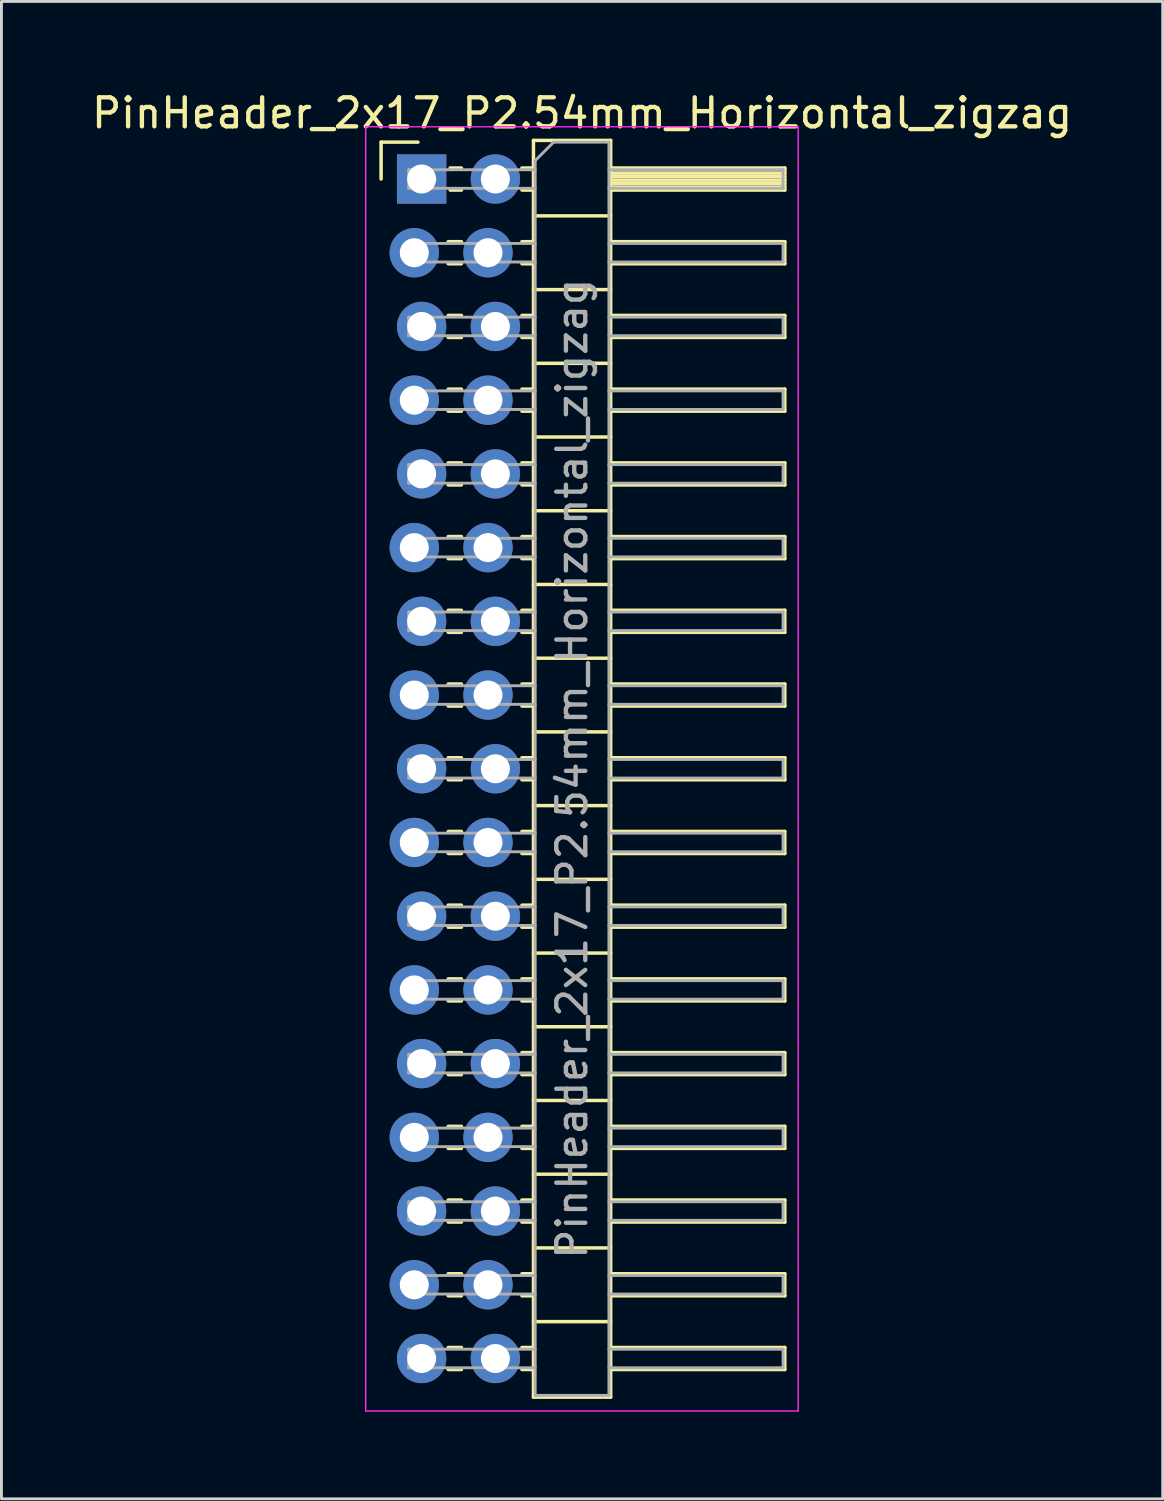
<source format=kicad_pcb>
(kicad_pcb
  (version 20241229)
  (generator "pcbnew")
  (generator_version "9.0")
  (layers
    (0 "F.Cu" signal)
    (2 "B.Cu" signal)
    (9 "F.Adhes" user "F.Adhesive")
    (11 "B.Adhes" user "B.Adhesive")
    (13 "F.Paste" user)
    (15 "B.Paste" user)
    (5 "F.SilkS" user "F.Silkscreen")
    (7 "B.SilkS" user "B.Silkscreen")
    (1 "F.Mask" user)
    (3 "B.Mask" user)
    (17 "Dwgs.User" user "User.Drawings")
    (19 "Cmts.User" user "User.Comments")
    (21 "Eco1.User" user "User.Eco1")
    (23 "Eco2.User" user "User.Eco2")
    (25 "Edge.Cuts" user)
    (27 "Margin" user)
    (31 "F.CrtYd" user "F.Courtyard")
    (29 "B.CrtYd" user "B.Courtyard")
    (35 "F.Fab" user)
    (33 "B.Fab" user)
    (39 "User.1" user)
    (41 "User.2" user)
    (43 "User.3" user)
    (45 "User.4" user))
  (footprint "PinHeader_2x17_P2.54mm_Horizontal_zigzag"
    (layer "F.Cu")
    (at 11.351 3.118)
    (property "Reference" "PinHeader_2x17_P2.54mm_Horizontal_zigzag" (at 5.655 -2.27 0) (layer "F.SilkS") (effects (font (size 1 1) (thickness 0.15))))
    (attr through_hole)
    (fp_line (start -1.27 -1.27) (end 0 -1.27) (stroke (width 0.12) (type solid)) (layer "F.SilkS"))
    (fp_line (start -1.27 0) (end -1.27 -1.27) (stroke (width 0.12) (type solid)) (layer "F.SilkS"))
    (fp_line (start 1.043 2.16) (end 1.497 2.16) (stroke (width 0.12) (type solid)) (layer "F.SilkS"))
    (fp_line (start 1.043 2.92) (end 1.497 2.92) (stroke (width 0.12) (type solid)) (layer "F.SilkS"))
    (fp_line (start 1.043 4.7) (end 1.497 4.7) (stroke (width 0.12) (type solid)) (layer "F.SilkS"))
    (fp_line (start 1.043 5.46) (end 1.497 5.46) (stroke (width 0.12) (type solid)) (layer "F.SilkS"))
    (fp_line (start 1.043 7.24) (end 1.497 7.24) (stroke (width 0.12) (type solid)) (layer "F.SilkS"))
    (fp_line (start 1.043 8) (end 1.497 8) (stroke (width 0.12) (type solid)) (layer "F.SilkS"))
    (fp_line (start 1.043 9.78) (end 1.497 9.78) (stroke (width 0.12) (type solid)) (layer "F.SilkS"))
    (fp_line (start 1.043 10.54) (end 1.497 10.54) (stroke (width 0.12) (type solid)) (layer "F.SilkS"))
    (fp_line (start 1.043 12.32) (end 1.497 12.32) (stroke (width 0.12) (type solid)) (layer "F.SilkS"))
    (fp_line (start 1.043 13.08) (end 1.497 13.08) (stroke (width 0.12) (type solid)) (layer "F.SilkS"))
    (fp_line (start 1.043 14.86) (end 1.497 14.86) (stroke (width 0.12) (type solid)) (layer "F.SilkS"))
    (fp_line (start 1.043 15.62) (end 1.497 15.62) (stroke (width 0.12) (type solid)) (layer "F.SilkS"))
    (fp_line (start 1.043 17.4) (end 1.497 17.4) (stroke (width 0.12) (type solid)) (layer "F.SilkS"))
    (fp_line (start 1.043 18.16) (end 1.497 18.16) (stroke (width 0.12) (type solid)) (layer "F.SilkS"))
    (fp_line (start 1.043 19.94) (end 1.497 19.94) (stroke (width 0.12) (type solid)) (layer "F.SilkS"))
    (fp_line (start 1.043 20.7) (end 1.497 20.7) (stroke (width 0.12) (type solid)) (layer "F.SilkS"))
    (fp_line (start 1.043 22.48) (end 1.497 22.48) (stroke (width 0.12) (type solid)) (layer "F.SilkS"))
    (fp_line (start 1.043 23.24) (end 1.497 23.24) (stroke (width 0.12) (type solid)) (layer "F.SilkS"))
    (fp_line (start 1.043 25.02) (end 1.497 25.02) (stroke (width 0.12) (type solid)) (layer "F.SilkS"))
    (fp_line (start 1.043 25.78) (end 1.497 25.78) (stroke (width 0.12) (type solid)) (layer "F.SilkS"))
    (fp_line (start 1.043 27.56) (end 1.497 27.56) (stroke (width 0.12) (type solid)) (layer "F.SilkS"))
    (fp_line (start 1.043 28.32) (end 1.497 28.32) (stroke (width 0.12) (type solid)) (layer "F.SilkS"))
    (fp_line (start 1.043 30.1) (end 1.497 30.1) (stroke (width 0.12) (type solid)) (layer "F.SilkS"))
    (fp_line (start 1.043 30.86) (end 1.497 30.86) (stroke (width 0.12) (type solid)) (layer "F.SilkS"))
    (fp_line (start 1.043 32.64) (end 1.497 32.64) (stroke (width 0.12) (type solid)) (layer "F.SilkS"))
    (fp_line (start 1.043 33.4) (end 1.497 33.4) (stroke (width 0.12) (type solid)) (layer "F.SilkS"))
    (fp_line (start 1.043 35.18) (end 1.497 35.18) (stroke (width 0.12) (type solid)) (layer "F.SilkS"))
    (fp_line (start 1.043 35.94) (end 1.497 35.94) (stroke (width 0.12) (type solid)) (layer "F.SilkS"))
    (fp_line (start 1.043 37.72) (end 1.497 37.72) (stroke (width 0.12) (type solid)) (layer "F.SilkS"))
    (fp_line (start 1.043 38.48) (end 1.497 38.48) (stroke (width 0.12) (type solid)) (layer "F.SilkS"))
    (fp_line (start 1.043 40.26) (end 1.497 40.26) (stroke (width 0.12) (type solid)) (layer "F.SilkS"))
    (fp_line (start 1.043 41.02) (end 1.497 41.02) (stroke (width 0.12) (type solid)) (layer "F.SilkS"))
    (fp_line (start 1.11 -0.38) (end 1.497 -0.38) (stroke (width 0.12) (type solid)) (layer "F.SilkS"))
    (fp_line (start 1.11 0.38) (end 1.497 0.38) (stroke (width 0.12) (type solid)) (layer "F.SilkS"))
    (fp_line (start 3.583 -0.38) (end 3.98 -0.38) (stroke (width 0.12) (type solid)) (layer "F.SilkS"))
    (fp_line (start 3.583 0.38) (end 3.98 0.38) (stroke (width 0.12) (type solid)) (layer "F.SilkS"))
    (fp_line (start 3.583 2.16) (end 3.98 2.16) (stroke (width 0.12) (type solid)) (layer "F.SilkS"))
    (fp_line (start 3.583 2.92) (end 3.98 2.92) (stroke (width 0.12) (type solid)) (layer "F.SilkS"))
    (fp_line (start 3.583 4.7) (end 3.98 4.7) (stroke (width 0.12) (type solid)) (layer "F.SilkS"))
    (fp_line (start 3.583 5.46) (end 3.98 5.46) (stroke (width 0.12) (type solid)) (layer "F.SilkS"))
    (fp_line (start 3.583 7.24) (end 3.98 7.24) (stroke (width 0.12) (type solid)) (layer "F.SilkS"))
    (fp_line (start 3.583 8) (end 3.98 8) (stroke (width 0.12) (type solid)) (layer "F.SilkS"))
    (fp_line (start 3.583 9.78) (end 3.98 9.78) (stroke (width 0.12) (type solid)) (layer "F.SilkS"))
    (fp_line (start 3.583 10.54) (end 3.98 10.54) (stroke (width 0.12) (type solid)) (layer "F.SilkS"))
    (fp_line (start 3.583 12.32) (end 3.98 12.32) (stroke (width 0.12) (type solid)) (layer "F.SilkS"))
    (fp_line (start 3.583 13.08) (end 3.98 13.08) (stroke (width 0.12) (type solid)) (layer "F.SilkS"))
    (fp_line (start 3.583 14.86) (end 3.98 14.86) (stroke (width 0.12) (type solid)) (layer "F.SilkS"))
    (fp_line (start 3.583 15.62) (end 3.98 15.62) (stroke (width 0.12) (type solid)) (layer "F.SilkS"))
    (fp_line (start 3.583 17.4) (end 3.98 17.4) (stroke (width 0.12) (type solid)) (layer "F.SilkS"))
    (fp_line (start 3.583 18.16) (end 3.98 18.16) (stroke (width 0.12) (type solid)) (layer "F.SilkS"))
    (fp_line (start 3.583 19.94) (end 3.98 19.94) (stroke (width 0.12) (type solid)) (layer "F.SilkS"))
    (fp_line (start 3.583 20.7) (end 3.98 20.7) (stroke (width 0.12) (type solid)) (layer "F.SilkS"))
    (fp_line (start 3.583 22.48) (end 3.98 22.48) (stroke (width 0.12) (type solid)) (layer "F.SilkS"))
    (fp_line (start 3.583 23.24) (end 3.98 23.24) (stroke (width 0.12) (type solid)) (layer "F.SilkS"))
    (fp_line (start 3.583 25.02) (end 3.98 25.02) (stroke (width 0.12) (type solid)) (layer "F.SilkS"))
    (fp_line (start 3.583 25.78) (end 3.98 25.78) (stroke (width 0.12) (type solid)) (layer "F.SilkS"))
    (fp_line (start 3.583 27.56) (end 3.98 27.56) (stroke (width 0.12) (type solid)) (layer "F.SilkS"))
    (fp_line (start 3.583 28.32) (end 3.98 28.32) (stroke (width 0.12) (type solid)) (layer "F.SilkS"))
    (fp_line (start 3.583 30.1) (end 3.98 30.1) (stroke (width 0.12) (type solid)) (layer "F.SilkS"))
    (fp_line (start 3.583 30.86) (end 3.98 30.86) (stroke (width 0.12) (type solid)) (layer "F.SilkS"))
    (fp_line (start 3.583 32.64) (end 3.98 32.64) (stroke (width 0.12) (type solid)) (layer "F.SilkS"))
    (fp_line (start 3.583 33.4) (end 3.98 33.4) (stroke (width 0.12) (type solid)) (layer "F.SilkS"))
    (fp_line (start 3.583 35.18) (end 3.98 35.18) (stroke (width 0.12) (type solid)) (layer "F.SilkS"))
    (fp_line (start 3.583 35.94) (end 3.98 35.94) (stroke (width 0.12) (type solid)) (layer "F.SilkS"))
    (fp_line (start 3.583 37.72) (end 3.98 37.72) (stroke (width 0.12) (type solid)) (layer "F.SilkS"))
    (fp_line (start 3.583 38.48) (end 3.98 38.48) (stroke (width 0.12) (type solid)) (layer "F.SilkS"))
    (fp_line (start 3.583 40.26) (end 3.98 40.26) (stroke (width 0.12) (type solid)) (layer "F.SilkS"))
    (fp_line (start 3.583 41.02) (end 3.98 41.02) (stroke (width 0.12) (type solid)) (layer "F.SilkS"))
    (fp_line (start 3.98 -1.33) (end 3.98 41.97) (stroke (width 0.12) (type solid)) (layer "F.SilkS"))
    (fp_line (start 3.98 1.27) (end 6.64 1.27) (stroke (width 0.12) (type solid)) (layer "F.SilkS"))
    (fp_line (start 3.98 3.81) (end 6.64 3.81) (stroke (width 0.12) (type solid)) (layer "F.SilkS"))
    (fp_line (start 3.98 6.35) (end 6.64 6.35) (stroke (width 0.12) (type solid)) (layer "F.SilkS"))
    (fp_line (start 3.98 8.89) (end 6.64 8.89) (stroke (width 0.12) (type solid)) (layer "F.SilkS"))
    (fp_line (start 3.98 11.43) (end 6.64 11.43) (stroke (width 0.12) (type solid)) (layer "F.SilkS"))
    (fp_line (start 3.98 13.97) (end 6.64 13.97) (stroke (width 0.12) (type solid)) (layer "F.SilkS"))
    (fp_line (start 3.98 16.51) (end 6.64 16.51) (stroke (width 0.12) (type solid)) (layer "F.SilkS"))
    (fp_line (start 3.98 19.05) (end 6.64 19.05) (stroke (width 0.12) (type solid)) (layer "F.SilkS"))
    (fp_line (start 3.98 21.59) (end 6.64 21.59) (stroke (width 0.12) (type solid)) (layer "F.SilkS"))
    (fp_line (start 3.98 24.13) (end 6.64 24.13) (stroke (width 0.12) (type solid)) (layer "F.SilkS"))
    (fp_line (start 3.98 26.67) (end 6.64 26.67) (stroke (width 0.12) (type solid)) (layer "F.SilkS"))
    (fp_line (start 3.98 29.21) (end 6.64 29.21) (stroke (width 0.12) (type solid)) (layer "F.SilkS"))
    (fp_line (start 3.98 31.75) (end 6.64 31.75) (stroke (width 0.12) (type solid)) (layer "F.SilkS"))
    (fp_line (start 3.98 34.29) (end 6.64 34.29) (stroke (width 0.12) (type solid)) (layer "F.SilkS"))
    (fp_line (start 3.98 36.83) (end 6.64 36.83) (stroke (width 0.12) (type solid)) (layer "F.SilkS"))
    (fp_line (start 3.98 39.37) (end 6.64 39.37) (stroke (width 0.12) (type solid)) (layer "F.SilkS"))
    (fp_line (start 3.98 41.97) (end 6.64 41.97) (stroke (width 0.12) (type solid)) (layer "F.SilkS"))
    (fp_line (start 6.64 -1.33) (end 3.98 -1.33) (stroke (width 0.12) (type solid)) (layer "F.SilkS"))
    (fp_line (start 6.64 -0.38) (end 12.64 -0.38) (stroke (width 0.12) (type solid)) (layer "F.SilkS"))
    (fp_line (start 6.64 -0.32) (end 12.64 -0.32) (stroke (width 0.12) (type solid)) (layer "F.SilkS"))
    (fp_line (start 6.64 -0.2) (end 12.64 -0.2) (stroke (width 0.12) (type solid)) (layer "F.SilkS"))
    (fp_line (start 6.64 -0.08) (end 12.64 -0.08) (stroke (width 0.12) (type solid)) (layer "F.SilkS"))
    (fp_line (start 6.64 0.04) (end 12.64 0.04) (stroke (width 0.12) (type solid)) (layer "F.SilkS"))
    (fp_line (start 6.64 0.16) (end 12.64 0.16) (stroke (width 0.12) (type solid)) (layer "F.SilkS"))
    (fp_line (start 6.64 0.28) (end 12.64 0.28) (stroke (width 0.12) (type solid)) (layer "F.SilkS"))
    (fp_line (start 6.64 2.16) (end 12.64 2.16) (stroke (width 0.12) (type solid)) (layer "F.SilkS"))
    (fp_line (start 6.64 4.7) (end 12.64 4.7) (stroke (width 0.12) (type solid)) (layer "F.SilkS"))
    (fp_line (start 6.64 7.24) (end 12.64 7.24) (stroke (width 0.12) (type solid)) (layer "F.SilkS"))
    (fp_line (start 6.64 9.78) (end 12.64 9.78) (stroke (width 0.12) (type solid)) (layer "F.SilkS"))
    (fp_line (start 6.64 12.32) (end 12.64 12.32) (stroke (width 0.12) (type solid)) (layer "F.SilkS"))
    (fp_line (start 6.64 14.86) (end 12.64 14.86) (stroke (width 0.12) (type solid)) (layer "F.SilkS"))
    (fp_line (start 6.64 17.4) (end 12.64 17.4) (stroke (width 0.12) (type solid)) (layer "F.SilkS"))
    (fp_line (start 6.64 19.94) (end 12.64 19.94) (stroke (width 0.12) (type solid)) (layer "F.SilkS"))
    (fp_line (start 6.64 22.48) (end 12.64 22.48) (stroke (width 0.12) (type solid)) (layer "F.SilkS"))
    (fp_line (start 6.64 25.02) (end 12.64 25.02) (stroke (width 0.12) (type solid)) (layer "F.SilkS"))
    (fp_line (start 6.64 27.56) (end 12.64 27.56) (stroke (width 0.12) (type solid)) (layer "F.SilkS"))
    (fp_line (start 6.64 30.1) (end 12.64 30.1) (stroke (width 0.12) (type solid)) (layer "F.SilkS"))
    (fp_line (start 6.64 32.64) (end 12.64 32.64) (stroke (width 0.12) (type solid)) (layer "F.SilkS"))
    (fp_line (start 6.64 35.18) (end 12.64 35.18) (stroke (width 0.12) (type solid)) (layer "F.SilkS"))
    (fp_line (start 6.64 37.72) (end 12.64 37.72) (stroke (width 0.12) (type solid)) (layer "F.SilkS"))
    (fp_line (start 6.64 40.26) (end 12.64 40.26) (stroke (width 0.12) (type solid)) (layer "F.SilkS"))
    (fp_line (start 6.64 41.97) (end 6.64 -1.33) (stroke (width 0.12) (type solid)) (layer "F.SilkS"))
    (fp_line (start 12.64 -0.38) (end 12.64 0.38) (stroke (width 0.12) (type solid)) (layer "F.SilkS"))
    (fp_line (start 12.64 0.38) (end 6.64 0.38) (stroke (width 0.12) (type solid)) (layer "F.SilkS"))
    (fp_line (start 12.64 2.16) (end 12.64 2.92) (stroke (width 0.12) (type solid)) (layer "F.SilkS"))
    (fp_line (start 12.64 2.92) (end 6.64 2.92) (stroke (width 0.12) (type solid)) (layer "F.SilkS"))
    (fp_line (start 12.64 4.7) (end 12.64 5.46) (stroke (width 0.12) (type solid)) (layer "F.SilkS"))
    (fp_line (start 12.64 5.46) (end 6.64 5.46) (stroke (width 0.12) (type solid)) (layer "F.SilkS"))
    (fp_line (start 12.64 7.24) (end 12.64 8) (stroke (width 0.12) (type solid)) (layer "F.SilkS"))
    (fp_line (start 12.64 8) (end 6.64 8) (stroke (width 0.12) (type solid)) (layer "F.SilkS"))
    (fp_line (start 12.64 9.78) (end 12.64 10.54) (stroke (width 0.12) (type solid)) (layer "F.SilkS"))
    (fp_line (start 12.64 10.54) (end 6.64 10.54) (stroke (width 0.12) (type solid)) (layer "F.SilkS"))
    (fp_line (start 12.64 12.32) (end 12.64 13.08) (stroke (width 0.12) (type solid)) (layer "F.SilkS"))
    (fp_line (start 12.64 13.08) (end 6.64 13.08) (stroke (width 0.12) (type solid)) (layer "F.SilkS"))
    (fp_line (start 12.64 14.86) (end 12.64 15.62) (stroke (width 0.12) (type solid)) (layer "F.SilkS"))
    (fp_line (start 12.64 15.62) (end 6.64 15.62) (stroke (width 0.12) (type solid)) (layer "F.SilkS"))
    (fp_line (start 12.64 17.4) (end 12.64 18.16) (stroke (width 0.12) (type solid)) (layer "F.SilkS"))
    (fp_line (start 12.64 18.16) (end 6.64 18.16) (stroke (width 0.12) (type solid)) (layer "F.SilkS"))
    (fp_line (start 12.64 19.94) (end 12.64 20.7) (stroke (width 0.12) (type solid)) (layer "F.SilkS"))
    (fp_line (start 12.64 20.7) (end 6.64 20.7) (stroke (width 0.12) (type solid)) (layer "F.SilkS"))
    (fp_line (start 12.64 22.48) (end 12.64 23.24) (stroke (width 0.12) (type solid)) (layer "F.SilkS"))
    (fp_line (start 12.64 23.24) (end 6.64 23.24) (stroke (width 0.12) (type solid)) (layer "F.SilkS"))
    (fp_line (start 12.64 25.02) (end 12.64 25.78) (stroke (width 0.12) (type solid)) (layer "F.SilkS"))
    (fp_line (start 12.64 25.78) (end 6.64 25.78) (stroke (width 0.12) (type solid)) (layer "F.SilkS"))
    (fp_line (start 12.64 27.56) (end 12.64 28.32) (stroke (width 0.12) (type solid)) (layer "F.SilkS"))
    (fp_line (start 12.64 28.32) (end 6.64 28.32) (stroke (width 0.12) (type solid)) (layer "F.SilkS"))
    (fp_line (start 12.64 30.1) (end 12.64 30.86) (stroke (width 0.12) (type solid)) (layer "F.SilkS"))
    (fp_line (start 12.64 30.86) (end 6.64 30.86) (stroke (width 0.12) (type solid)) (layer "F.SilkS"))
    (fp_line (start 12.64 32.64) (end 12.64 33.4) (stroke (width 0.12) (type solid)) (layer "F.SilkS"))
    (fp_line (start 12.64 33.4) (end 6.64 33.4) (stroke (width 0.12) (type solid)) (layer "F.SilkS"))
    (fp_line (start 12.64 35.18) (end 12.64 35.94) (stroke (width 0.12) (type solid)) (layer "F.SilkS"))
    (fp_line (start 12.64 35.94) (end 6.64 35.94) (stroke (width 0.12) (type solid)) (layer "F.SilkS"))
    (fp_line (start 12.64 37.72) (end 12.64 38.48) (stroke (width 0.12) (type solid)) (layer "F.SilkS"))
    (fp_line (start 12.64 38.48) (end 6.64 38.48) (stroke (width 0.12) (type solid)) (layer "F.SilkS"))
    (fp_line (start 12.64 40.26) (end 12.64 41.02) (stroke (width 0.12) (type solid)) (layer "F.SilkS"))
    (fp_line (start 12.64 41.02) (end 6.64 41.02) (stroke (width 0.12) (type solid)) (layer "F.SilkS"))
    (fp_line (start -1.8 -1.8) (end -1.8 42.45) (stroke (width 0.05) (type solid)) (layer "F.CrtYd"))
    (fp_line (start -1.8 42.45) (end 13.1 42.45) (stroke (width 0.05) (type solid)) (layer "F.CrtYd"))
    (fp_line (start 13.1 -1.8) (end -1.8 -1.8) (stroke (width 0.05) (type solid)) (layer "F.CrtYd"))
    (fp_line (start 13.1 42.45) (end 13.1 -1.8) (stroke (width 0.05) (type solid)) (layer "F.CrtYd"))
    (fp_line (start -0.32 -0.32) (end -0.32 0.32) (stroke (width 0.1) (type solid)) (layer "F.Fab"))
    (fp_line (start -0.32 -0.32) (end 4.04 -0.32) (stroke (width 0.1) (type solid)) (layer "F.Fab"))
    (fp_line (start -0.32 0.32) (end 4.04 0.32) (stroke (width 0.1) (type solid)) (layer "F.Fab"))
    (fp_line (start -0.32 2.22) (end -0.32 2.86) (stroke (width 0.1) (type solid)) (layer "F.Fab"))
    (fp_line (start -0.32 2.22) (end 4.04 2.22) (stroke (width 0.1) (type solid)) (layer "F.Fab"))
    (fp_line (start -0.32 2.86) (end 4.04 2.86) (stroke (width 0.1) (type solid)) (layer "F.Fab"))
    (fp_line (start -0.32 4.76) (end -0.32 5.4) (stroke (width 0.1) (type solid)) (layer "F.Fab"))
    (fp_line (start -0.32 4.76) (end 4.04 4.76) (stroke (width 0.1) (type solid)) (layer "F.Fab"))
    (fp_line (start -0.32 5.4) (end 4.04 5.4) (stroke (width 0.1) (type solid)) (layer "F.Fab"))
    (fp_line (start -0.32 7.3) (end -0.32 7.94) (stroke (width 0.1) (type solid)) (layer "F.Fab"))
    (fp_line (start -0.32 7.3) (end 4.04 7.3) (stroke (width 0.1) (type solid)) (layer "F.Fab"))
    (fp_line (start -0.32 7.94) (end 4.04 7.94) (stroke (width 0.1) (type solid)) (layer "F.Fab"))
    (fp_line (start -0.32 9.84) (end -0.32 10.48) (stroke (width 0.1) (type solid)) (layer "F.Fab"))
    (fp_line (start -0.32 9.84) (end 4.04 9.84) (stroke (width 0.1) (type solid)) (layer "F.Fab"))
    (fp_line (start -0.32 10.48) (end 4.04 10.48) (stroke (width 0.1) (type solid)) (layer "F.Fab"))
    (fp_line (start -0.32 12.38) (end -0.32 13.02) (stroke (width 0.1) (type solid)) (layer "F.Fab"))
    (fp_line (start -0.32 12.38) (end 4.04 12.38) (stroke (width 0.1) (type solid)) (layer "F.Fab"))
    (fp_line (start -0.32 13.02) (end 4.04 13.02) (stroke (width 0.1) (type solid)) (layer "F.Fab"))
    (fp_line (start -0.32 14.92) (end -0.32 15.56) (stroke (width 0.1) (type solid)) (layer "F.Fab"))
    (fp_line (start -0.32 14.92) (end 4.04 14.92) (stroke (width 0.1) (type solid)) (layer "F.Fab"))
    (fp_line (start -0.32 15.56) (end 4.04 15.56) (stroke (width 0.1) (type solid)) (layer "F.Fab"))
    (fp_line (start -0.32 17.46) (end -0.32 18.1) (stroke (width 0.1) (type solid)) (layer "F.Fab"))
    (fp_line (start -0.32 17.46) (end 4.04 17.46) (stroke (width 0.1) (type solid)) (layer "F.Fab"))
    (fp_line (start -0.32 18.1) (end 4.04 18.1) (stroke (width 0.1) (type solid)) (layer "F.Fab"))
    (fp_line (start -0.32 20) (end -0.32 20.64) (stroke (width 0.1) (type solid)) (layer "F.Fab"))
    (fp_line (start -0.32 20) (end 4.04 20) (stroke (width 0.1) (type solid)) (layer "F.Fab"))
    (fp_line (start -0.32 20.64) (end 4.04 20.64) (stroke (width 0.1) (type solid)) (layer "F.Fab"))
    (fp_line (start -0.32 22.54) (end -0.32 23.18) (stroke (width 0.1) (type solid)) (layer "F.Fab"))
    (fp_line (start -0.32 22.54) (end 4.04 22.54) (stroke (width 0.1) (type solid)) (layer "F.Fab"))
    (fp_line (start -0.32 23.18) (end 4.04 23.18) (stroke (width 0.1) (type solid)) (layer "F.Fab"))
    (fp_line (start -0.32 25.08) (end -0.32 25.72) (stroke (width 0.1) (type solid)) (layer "F.Fab"))
    (fp_line (start -0.32 25.08) (end 4.04 25.08) (stroke (width 0.1) (type solid)) (layer "F.Fab"))
    (fp_line (start -0.32 25.72) (end 4.04 25.72) (stroke (width 0.1) (type solid)) (layer "F.Fab"))
    (fp_line (start -0.32 27.62) (end -0.32 28.26) (stroke (width 0.1) (type solid)) (layer "F.Fab"))
    (fp_line (start -0.32 27.62) (end 4.04 27.62) (stroke (width 0.1) (type solid)) (layer "F.Fab"))
    (fp_line (start -0.32 28.26) (end 4.04 28.26) (stroke (width 0.1) (type solid)) (layer "F.Fab"))
    (fp_line (start -0.32 30.16) (end -0.32 30.8) (stroke (width 0.1) (type solid)) (layer "F.Fab"))
    (fp_line (start -0.32 30.16) (end 4.04 30.16) (stroke (width 0.1) (type solid)) (layer "F.Fab"))
    (fp_line (start -0.32 30.8) (end 4.04 30.8) (stroke (width 0.1) (type solid)) (layer "F.Fab"))
    (fp_line (start -0.32 32.7) (end -0.32 33.34) (stroke (width 0.1) (type solid)) (layer "F.Fab"))
    (fp_line (start -0.32 32.7) (end 4.04 32.7) (stroke (width 0.1) (type solid)) (layer "F.Fab"))
    (fp_line (start -0.32 33.34) (end 4.04 33.34) (stroke (width 0.1) (type solid)) (layer "F.Fab"))
    (fp_line (start -0.32 35.24) (end -0.32 35.88) (stroke (width 0.1) (type solid)) (layer "F.Fab"))
    (fp_line (start -0.32 35.24) (end 4.04 35.24) (stroke (width 0.1) (type solid)) (layer "F.Fab"))
    (fp_line (start -0.32 35.88) (end 4.04 35.88) (stroke (width 0.1) (type solid)) (layer "F.Fab"))
    (fp_line (start -0.32 37.78) (end -0.32 38.42) (stroke (width 0.1) (type solid)) (layer "F.Fab"))
    (fp_line (start -0.32 37.78) (end 4.04 37.78) (stroke (width 0.1) (type solid)) (layer "F.Fab"))
    (fp_line (start -0.32 38.42) (end 4.04 38.42) (stroke (width 0.1) (type solid)) (layer "F.Fab"))
    (fp_line (start -0.32 40.32) (end -0.32 40.96) (stroke (width 0.1) (type solid)) (layer "F.Fab"))
    (fp_line (start -0.32 40.32) (end 4.04 40.32) (stroke (width 0.1) (type solid)) (layer "F.Fab"))
    (fp_line (start -0.32 40.96) (end 4.04 40.96) (stroke (width 0.1) (type solid)) (layer "F.Fab"))
    (fp_line (start 4.04 -0.635) (end 4.675 -1.27) (stroke (width 0.1) (type solid)) (layer "F.Fab"))
    (fp_line (start 4.04 41.91) (end 4.04 -0.635) (stroke (width 0.1) (type solid)) (layer "F.Fab"))
    (fp_line (start 4.675 -1.27) (end 6.58 -1.27) (stroke (width 0.1) (type solid)) (layer "F.Fab"))
    (fp_line (start 6.58 -1.27) (end 6.58 41.91) (stroke (width 0.1) (type solid)) (layer "F.Fab"))
    (fp_line (start 6.58 -0.32) (end 12.58 -0.32) (stroke (width 0.1) (type solid)) (layer "F.Fab"))
    (fp_line (start 6.58 0.32) (end 12.58 0.32) (stroke (width 0.1) (type solid)) (layer "F.Fab"))
    (fp_line (start 6.58 2.22) (end 12.58 2.22) (stroke (width 0.1) (type solid)) (layer "F.Fab"))
    (fp_line (start 6.58 2.86) (end 12.58 2.86) (stroke (width 0.1) (type solid)) (layer "F.Fab"))
    (fp_line (start 6.58 4.76) (end 12.58 4.76) (stroke (width 0.1) (type solid)) (layer "F.Fab"))
    (fp_line (start 6.58 5.4) (end 12.58 5.4) (stroke (width 0.1) (type solid)) (layer "F.Fab"))
    (fp_line (start 6.58 7.3) (end 12.58 7.3) (stroke (width 0.1) (type solid)) (layer "F.Fab"))
    (fp_line (start 6.58 7.94) (end 12.58 7.94) (stroke (width 0.1) (type solid)) (layer "F.Fab"))
    (fp_line (start 6.58 9.84) (end 12.58 9.84) (stroke (width 0.1) (type solid)) (layer "F.Fab"))
    (fp_line (start 6.58 10.48) (end 12.58 10.48) (stroke (width 0.1) (type solid)) (layer "F.Fab"))
    (fp_line (start 6.58 12.38) (end 12.58 12.38) (stroke (width 0.1) (type solid)) (layer "F.Fab"))
    (fp_line (start 6.58 13.02) (end 12.58 13.02) (stroke (width 0.1) (type solid)) (layer "F.Fab"))
    (fp_line (start 6.58 14.92) (end 12.58 14.92) (stroke (width 0.1) (type solid)) (layer "F.Fab"))
    (fp_line (start 6.58 15.56) (end 12.58 15.56) (stroke (width 0.1) (type solid)) (layer "F.Fab"))
    (fp_line (start 6.58 17.46) (end 12.58 17.46) (stroke (width 0.1) (type solid)) (layer "F.Fab"))
    (fp_line (start 6.58 18.1) (end 12.58 18.1) (stroke (width 0.1) (type solid)) (layer "F.Fab"))
    (fp_line (start 6.58 20) (end 12.58 20) (stroke (width 0.1) (type solid)) (layer "F.Fab"))
    (fp_line (start 6.58 20.64) (end 12.58 20.64) (stroke (width 0.1) (type solid)) (layer "F.Fab"))
    (fp_line (start 6.58 22.54) (end 12.58 22.54) (stroke (width 0.1) (type solid)) (layer "F.Fab"))
    (fp_line (start 6.58 23.18) (end 12.58 23.18) (stroke (width 0.1) (type solid)) (layer "F.Fab"))
    (fp_line (start 6.58 25.08) (end 12.58 25.08) (stroke (width 0.1) (type solid)) (layer "F.Fab"))
    (fp_line (start 6.58 25.72) (end 12.58 25.72) (stroke (width 0.1) (type solid)) (layer "F.Fab"))
    (fp_line (start 6.58 27.62) (end 12.58 27.62) (stroke (width 0.1) (type solid)) (layer "F.Fab"))
    (fp_line (start 6.58 28.26) (end 12.58 28.26) (stroke (width 0.1) (type solid)) (layer "F.Fab"))
    (fp_line (start 6.58 30.16) (end 12.58 30.16) (stroke (width 0.1) (type solid)) (layer "F.Fab"))
    (fp_line (start 6.58 30.8) (end 12.58 30.8) (stroke (width 0.1) (type solid)) (layer "F.Fab"))
    (fp_line (start 6.58 32.7) (end 12.58 32.7) (stroke (width 0.1) (type solid)) (layer "F.Fab"))
    (fp_line (start 6.58 33.34) (end 12.58 33.34) (stroke (width 0.1) (type solid)) (layer "F.Fab"))
    (fp_line (start 6.58 35.24) (end 12.58 35.24) (stroke (width 0.1) (type solid)) (layer "F.Fab"))
    (fp_line (start 6.58 35.88) (end 12.58 35.88) (stroke (width 0.1) (type solid)) (layer "F.Fab"))
    (fp_line (start 6.58 37.78) (end 12.58 37.78) (stroke (width 0.1) (type solid)) (layer "F.Fab"))
    (fp_line (start 6.58 38.42) (end 12.58 38.42) (stroke (width 0.1) (type solid)) (layer "F.Fab"))
    (fp_line (start 6.58 40.32) (end 12.58 40.32) (stroke (width 0.1) (type solid)) (layer "F.Fab"))
    (fp_line (start 6.58 40.96) (end 12.58 40.96) (stroke (width 0.1) (type solid)) (layer "F.Fab"))
    (fp_line (start 6.58 41.91) (end 4.04 41.91) (stroke (width 0.1) (type solid)) (layer "F.Fab"))
    (fp_line (start 12.58 -0.32) (end 12.58 0.32) (stroke (width 0.1) (type solid)) (layer "F.Fab"))
    (fp_line (start 12.58 2.22) (end 12.58 2.86) (stroke (width 0.1) (type solid)) (layer "F.Fab"))
    (fp_line (start 12.58 4.76) (end 12.58 5.4) (stroke (width 0.1) (type solid)) (layer "F.Fab"))
    (fp_line (start 12.58 7.3) (end 12.58 7.94) (stroke (width 0.1) (type solid)) (layer "F.Fab"))
    (fp_line (start 12.58 9.84) (end 12.58 10.48) (stroke (width 0.1) (type solid)) (layer "F.Fab"))
    (fp_line (start 12.58 12.38) (end 12.58 13.02) (stroke (width 0.1) (type solid)) (layer "F.Fab"))
    (fp_line (start 12.58 14.92) (end 12.58 15.56) (stroke (width 0.1) (type solid)) (layer "F.Fab"))
    (fp_line (start 12.58 17.46) (end 12.58 18.1) (stroke (width 0.1) (type solid)) (layer "F.Fab"))
    (fp_line (start 12.58 20) (end 12.58 20.64) (stroke (width 0.1) (type solid)) (layer "F.Fab"))
    (fp_line (start 12.58 22.54) (end 12.58 23.18) (stroke (width 0.1) (type solid)) (layer "F.Fab"))
    (fp_line (start 12.58 25.08) (end 12.58 25.72) (stroke (width 0.1) (type solid)) (layer "F.Fab"))
    (fp_line (start 12.58 27.62) (end 12.58 28.26) (stroke (width 0.1) (type solid)) (layer "F.Fab"))
    (fp_line (start 12.58 30.16) (end 12.58 30.8) (stroke (width 0.1) (type solid)) (layer "F.Fab"))
    (fp_line (start 12.58 32.7) (end 12.58 33.34) (stroke (width 0.1) (type solid)) (layer "F.Fab"))
    (fp_line (start 12.58 35.24) (end 12.58 35.88) (stroke (width 0.1) (type solid)) (layer "F.Fab"))
    (fp_line (start 12.58 37.78) (end 12.58 38.42) (stroke (width 0.1) (type solid)) (layer "F.Fab"))
    (fp_line (start 12.58 40.32) (end 12.58 40.96) (stroke (width 0.1) (type solid)) (layer "F.Fab"))
    (fp_text user "${REFERENCE}" (at 5.31 20.32 90) (layer "F.Fab") (effects (font (size 1 1) (thickness 0.15))))
    (pad "1" thru_hole rect (at 0.127 0) (size 1.7 1.7) (drill 1) (layers "*.Cu" "*.Mask"))
    (pad "2" thru_hole oval (at 2.667 0) (size 1.7 1.7) (drill 1) (layers "*.Cu" "*.Mask"))
    (pad "3" thru_hole oval (at -0.127 2.54) (size 1.7 1.7) (drill 1) (layers "*.Cu" "*.Mask"))
    (pad "4" thru_hole oval (at 2.413 2.54) (size 1.7 1.7) (drill 1) (layers "*.Cu" "*.Mask"))
    (pad "5" thru_hole oval (at 0.127 5.08) (size 1.7 1.7) (drill 1) (layers "*.Cu" "*.Mask"))
    (pad "6" thru_hole oval (at 2.667 5.08) (size 1.7 1.7) (drill 1) (layers "*.Cu" "*.Mask"))
    (pad "7" thru_hole oval (at -0.127 7.62) (size 1.7 1.7) (drill 1) (layers "*.Cu" "*.Mask"))
    (pad "8" thru_hole oval (at 2.413 7.62) (size 1.7 1.7) (drill 1) (layers "*.Cu" "*.Mask"))
    (pad "9" thru_hole oval (at 0.127 10.16) (size 1.7 1.7) (drill 1) (layers "*.Cu" "*.Mask"))
    (pad "10" thru_hole oval (at 2.667 10.16) (size 1.7 1.7) (drill 1) (layers "*.Cu" "*.Mask"))
    (pad "11" thru_hole oval (at -0.127 12.7) (size 1.7 1.7) (drill 1) (layers "*.Cu" "*.Mask"))
    (pad "12" thru_hole oval (at 2.413 12.7) (size 1.7 1.7) (drill 1) (layers "*.Cu" "*.Mask"))
    (pad "13" thru_hole oval (at 0.127 15.24) (size 1.7 1.7) (drill 1) (layers "*.Cu" "*.Mask"))
    (pad "14" thru_hole oval (at 2.667 15.24) (size 1.7 1.7) (drill 1) (layers "*.Cu" "*.Mask"))
    (pad "15" thru_hole oval (at -0.127 17.78) (size 1.7 1.7) (drill 1) (layers "*.Cu" "*.Mask"))
    (pad "16" thru_hole oval (at 2.413 17.78) (size 1.7 1.7) (drill 1) (layers "*.Cu" "*.Mask"))
    (pad "17" thru_hole oval (at 0.127 20.32) (size 1.7 1.7) (drill 1) (layers "*.Cu" "*.Mask"))
    (pad "18" thru_hole oval (at 2.667 20.32) (size 1.7 1.7) (drill 1) (layers "*.Cu" "*.Mask"))
    (pad "19" thru_hole oval (at -0.127 22.86) (size 1.7 1.7) (drill 1) (layers "*.Cu" "*.Mask"))
    (pad "20" thru_hole oval (at 2.413 22.86) (size 1.7 1.7) (drill 1) (layers "*.Cu" "*.Mask"))
    (pad "21" thru_hole oval (at 0.127 25.4) (size 1.7 1.7) (drill 1) (layers "*.Cu" "*.Mask"))
    (pad "22" thru_hole oval (at 2.667 25.4) (size 1.7 1.7) (drill 1) (layers "*.Cu" "*.Mask"))
    (pad "23" thru_hole oval (at -0.127 27.94) (size 1.7 1.7) (drill 1) (layers "*.Cu" "*.Mask"))
    (pad "24" thru_hole oval (at 2.413 27.94) (size 1.7 1.7) (drill 1) (layers "*.Cu" "*.Mask"))
    (pad "25" thru_hole oval (at 0.127 30.48) (size 1.7 1.7) (drill 1) (layers "*.Cu" "*.Mask"))
    (pad "26" thru_hole oval (at 2.667 30.48) (size 1.7 1.7) (drill 1) (layers "*.Cu" "*.Mask"))
    (pad "27" thru_hole oval (at -0.127 33.02) (size 1.7 1.7) (drill 1) (layers "*.Cu" "*.Mask"))
    (pad "28" thru_hole oval (at 2.413 33.02) (size 1.7 1.7) (drill 1) (layers "*.Cu" "*.Mask"))
    (pad "29" thru_hole oval (at 0.127 35.56) (size 1.7 1.7) (drill 1) (layers "*.Cu" "*.Mask"))
    (pad "30" thru_hole oval (at 2.667 35.56) (size 1.7 1.7) (drill 1) (layers "*.Cu" "*.Mask"))
    (pad "31" thru_hole oval (at -0.127 38.1) (size 1.7 1.7) (drill 1) (layers "*.Cu" "*.Mask"))
    (pad "32" thru_hole oval (at 2.413 38.1) (size 1.7 1.7) (drill 1) (layers "*.Cu" "*.Mask"))
    (pad "33" thru_hole oval (at 0.127 40.64) (size 1.7 1.7) (drill 1) (layers "*.Cu" "*.Mask"))
    (pad "34" thru_hole oval (at 2.667 40.64) (size 1.7 1.7) (drill 1) (layers "*.Cu" "*.Mask")))
  (gr_rect
    (start -3 -3)
    (end 37.012 48.593)
    (stroke (width 0.1) (type default))
    (fill no)
    (layer "Edge.Cuts")))
</source>
